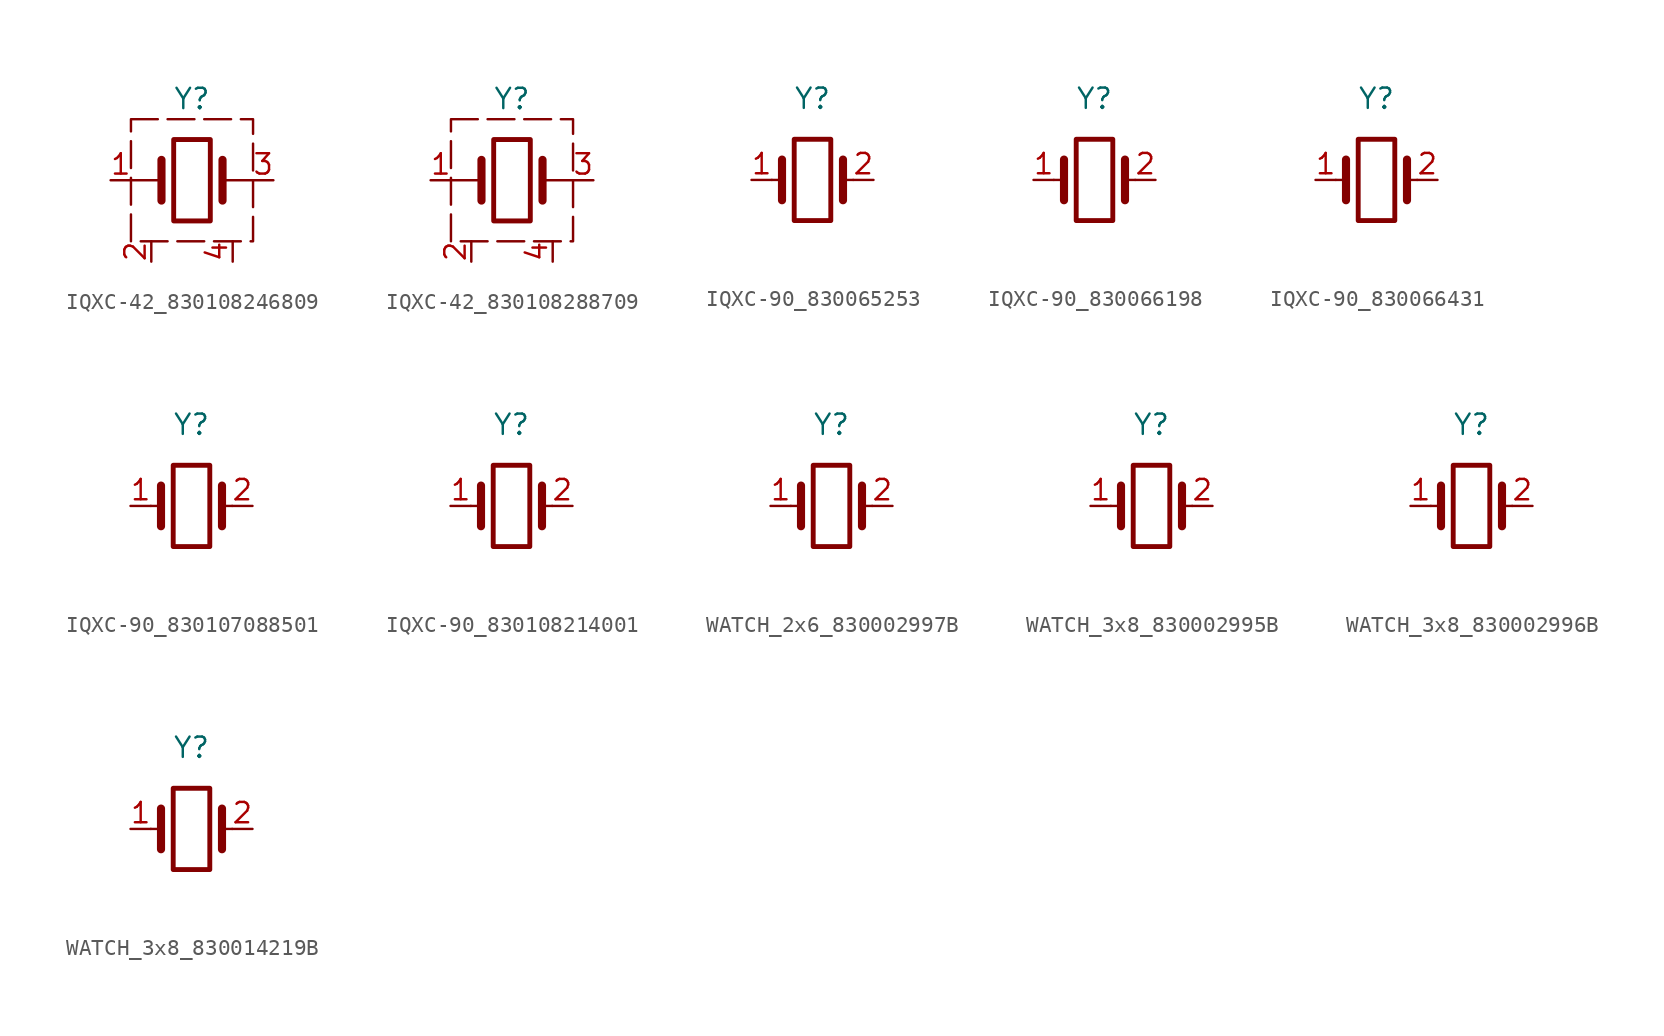
<source format=kicad_sym>
(kicad_symbol_lib
  (version 20220914)
  (generator kicad_symbol_editor)
  (symbol "IQXC-42_830108246809"
    (pin_names hide)
    (property "Reference" "Y"
      (at 0 5.08 0)
      (effects (font (size 1.27 1.27))))
    (property "Critical Parameter" ""
      (at 0 -5.08 0)
      (effects (font (size 1.27 1.27)) (justify left)))
    (symbol "IQXC-42_830108246809_0_1"
      (rectangle (start -1.143 2.54) (end 1.143 -2.54) (stroke (width 0.305) (type default)) (fill (type none)))
      (polyline (pts (xy -3.81 0) (xy -1.905 0)) (stroke (width 0) (type default)) (fill (type none)))
      (polyline (pts (xy -1.905 -1.27) (xy -1.905 1.27)) (stroke (width 0.508) (type default)) (fill (type none)))
      (polyline (pts (xy 1.905 -1.27) (xy 1.905 1.27)) (stroke (width 0.508) (type default)) (fill (type none)))
      (polyline (pts (xy 3.81 0) (xy 1.905 0)) (stroke (width 0) (type default)) (fill (type none))))
    (symbol "IQXC-42_830108246809_1_1"
      (rectangle (start -3.81 3.81) (end 3.81 -3.81) (stroke (width 0) (type dash)) (fill (type none)))
      (pin passive line (at -5.08 0 0) (length 1.27) (name "1" (effects (font (size 1.27 1.27)))) (number "1" (effects (font (size 1.27 1.27)))))
      (pin passive line (at -2.54 -5.08 90) (length 1.27) (name "GND" (effects (font (size 1.27 1.27)))) (number "2" (effects (font (size 1.27 1.27)))))
      (pin passive line (at 5.08 0 180) (length 1.27) (name "3" (effects (font (size 1.27 1.27)))) (number "3" (effects (font (size 1.27 1.27)))))
      (pin passive line (at 2.54 -5.08 90) (length 1.27) (name "GND1" (effects (font (size 1.27 1.27)))) (number "4" (effects (font (size 1.27 1.27)))))))
  (symbol "IQXC-42_830108288709"
    (pin_names hide)
    (property "Reference" "Y"
      (at 0 5.08 0)
      (effects (font (size 1.27 1.27))))
    (property "Critical Parameter" ""
      (at 0 -5.08 0)
      (effects (font (size 1.27 1.27)) (justify left)))
    (symbol "IQXC-42_830108288709_0_1"
      (rectangle (start -1.143 2.54) (end 1.143 -2.54) (stroke (width 0.305) (type default)) (fill (type none)))
      (polyline (pts (xy -3.81 0) (xy -1.905 0)) (stroke (width 0) (type default)) (fill (type none)))
      (polyline (pts (xy -1.905 -1.27) (xy -1.905 1.27)) (stroke (width 0.508) (type default)) (fill (type none)))
      (polyline (pts (xy 1.905 -1.27) (xy 1.905 1.27)) (stroke (width 0.508) (type default)) (fill (type none)))
      (polyline (pts (xy 3.81 0) (xy 1.905 0)) (stroke (width 0) (type default)) (fill (type none))))
    (symbol "IQXC-42_830108288709_1_1"
      (rectangle (start -3.81 3.81) (end 3.81 -3.81) (stroke (width 0) (type dash)) (fill (type none)))
      (pin passive line (at -5.08 0 0) (length 1.27) (name "1" (effects (font (size 1.27 1.27)))) (number "1" (effects (font (size 1.27 1.27)))))
      (pin passive line (at -2.54 -5.08 90) (length 1.27) (name "GND" (effects (font (size 1.27 1.27)))) (number "2" (effects (font (size 1.27 1.27)))))
      (pin passive line (at 5.08 0 180) (length 1.27) (name "3" (effects (font (size 1.27 1.27)))) (number "3" (effects (font (size 1.27 1.27)))))
      (pin passive line (at 2.54 -5.08 90) (length 1.27) (name "GND1" (effects (font (size 1.27 1.27)))) (number "4" (effects (font (size 1.27 1.27)))))))
  (symbol "IQXC-90_830065253"
    (pin_names hide)
    (property "Reference" "Y"
      (at 0 5.08 0)
      (effects (font (size 1.27 1.27))))
    (property "Critical Parameter" ""
      (at 0 -5.08 0)
      (effects (font (size 1.27 1.27)) (justify left)))
    (symbol "IQXC-90_830065253_0_1"
      (rectangle (start -1.143 2.54) (end 1.143 -2.54) (stroke (width 0.305) (type default)) (fill (type none)))
      (polyline (pts (xy -2.54 0) (xy -1.905 0)) (stroke (width 0) (type default)) (fill (type none)))
      (polyline (pts (xy -1.905 -1.27) (xy -1.905 1.27)) (stroke (width 0.508) (type default)) (fill (type none)))
      (polyline (pts (xy 1.905 -1.27) (xy 1.905 1.27)) (stroke (width 0.508) (type default)) (fill (type none)))
      (polyline (pts (xy 2.54 0) (xy 1.905 0)) (stroke (width 0) (type default)) (fill (type none))))
    (symbol "IQXC-90_830065253_1_1"
      (pin passive line (at -3.81 0 0) (length 1.27) (name "1" (effects (font (size 1.27 1.27)))) (number "1" (effects (font (size 1.27 1.27)))))
      (pin passive line (at 3.81 0 180) (length 1.27) (name "2" (effects (font (size 1.27 1.27)))) (number "2" (effects (font (size 1.27 1.27)))))))
  (symbol "IQXC-90_830066198"
    (pin_names hide)
    (property "Reference" "Y"
      (at 0 5.08 0)
      (effects (font (size 1.27 1.27))))
    (property "Critical Parameter" ""
      (at 0 -5.08 0)
      (effects (font (size 1.27 1.27)) (justify left)))
    (symbol "IQXC-90_830066198_0_1"
      (rectangle (start -1.143 2.54) (end 1.143 -2.54) (stroke (width 0.305) (type default)) (fill (type none)))
      (polyline (pts (xy -2.54 0) (xy -1.905 0)) (stroke (width 0) (type default)) (fill (type none)))
      (polyline (pts (xy -1.905 -1.27) (xy -1.905 1.27)) (stroke (width 0.508) (type default)) (fill (type none)))
      (polyline (pts (xy 1.905 -1.27) (xy 1.905 1.27)) (stroke (width 0.508) (type default)) (fill (type none)))
      (polyline (pts (xy 2.54 0) (xy 1.905 0)) (stroke (width 0) (type default)) (fill (type none))))
    (symbol "IQXC-90_830066198_1_1"
      (pin passive line (at -3.81 0 0) (length 1.27) (name "1" (effects (font (size 1.27 1.27)))) (number "1" (effects (font (size 1.27 1.27)))))
      (pin passive line (at 3.81 0 180) (length 1.27) (name "2" (effects (font (size 1.27 1.27)))) (number "2" (effects (font (size 1.27 1.27)))))))
  (symbol "IQXC-90_830066431"
    (pin_names hide)
    (property "Reference" "Y"
      (at 0 5.08 0)
      (effects (font (size 1.27 1.27))))
    (property "Critical Parameter" ""
      (at 0 -5.08 0)
      (effects (font (size 1.27 1.27)) (justify left)))
    (symbol "IQXC-90_830066431_0_1"
      (rectangle (start -1.143 2.54) (end 1.143 -2.54) (stroke (width 0.305) (type default)) (fill (type none)))
      (polyline (pts (xy -2.54 0) (xy -1.905 0)) (stroke (width 0) (type default)) (fill (type none)))
      (polyline (pts (xy -1.905 -1.27) (xy -1.905 1.27)) (stroke (width 0.508) (type default)) (fill (type none)))
      (polyline (pts (xy 1.905 -1.27) (xy 1.905 1.27)) (stroke (width 0.508) (type default)) (fill (type none)))
      (polyline (pts (xy 2.54 0) (xy 1.905 0)) (stroke (width 0) (type default)) (fill (type none))))
    (symbol "IQXC-90_830066431_1_1"
      (pin passive line (at -3.81 0 0) (length 1.27) (name "1" (effects (font (size 1.27 1.27)))) (number "1" (effects (font (size 1.27 1.27)))))
      (pin passive line (at 3.81 0 180) (length 1.27) (name "2" (effects (font (size 1.27 1.27)))) (number "2" (effects (font (size 1.27 1.27)))))))
  (symbol "IQXC-90_830107088501"
    (pin_names hide)
    (property "Reference" "Y"
      (at 0 5.08 0)
      (effects (font (size 1.27 1.27))))
    (property "Critical Parameter" ""
      (at 0 -5.08 0)
      (effects (font (size 1.27 1.27)) (justify left)))
    (symbol "IQXC-90_830107088501_0_1"
      (rectangle (start -1.143 2.54) (end 1.143 -2.54) (stroke (width 0.305) (type default)) (fill (type none)))
      (polyline (pts (xy -2.54 0) (xy -1.905 0)) (stroke (width 0) (type default)) (fill (type none)))
      (polyline (pts (xy -1.905 -1.27) (xy -1.905 1.27)) (stroke (width 0.508) (type default)) (fill (type none)))
      (polyline (pts (xy 1.905 -1.27) (xy 1.905 1.27)) (stroke (width 0.508) (type default)) (fill (type none)))
      (polyline (pts (xy 2.54 0) (xy 1.905 0)) (stroke (width 0) (type default)) (fill (type none))))
    (symbol "IQXC-90_830107088501_1_1"
      (pin passive line (at -3.81 0 0) (length 1.27) (name "1" (effects (font (size 1.27 1.27)))) (number "1" (effects (font (size 1.27 1.27)))))
      (pin passive line (at 3.81 0 180) (length 1.27) (name "2" (effects (font (size 1.27 1.27)))) (number "2" (effects (font (size 1.27 1.27)))))))
  (symbol "IQXC-90_830108214001"
    (pin_names hide)
    (property "Reference" "Y"
      (at 0 5.08 0)
      (effects (font (size 1.27 1.27))))
    (property "Critical Parameter" ""
      (at 0 -5.08 0)
      (effects (font (size 1.27 1.27)) (justify left)))
    (symbol "IQXC-90_830108214001_0_1"
      (rectangle (start -1.143 2.54) (end 1.143 -2.54) (stroke (width 0.305) (type default)) (fill (type none)))
      (polyline (pts (xy -2.54 0) (xy -1.905 0)) (stroke (width 0) (type default)) (fill (type none)))
      (polyline (pts (xy -1.905 -1.27) (xy -1.905 1.27)) (stroke (width 0.508) (type default)) (fill (type none)))
      (polyline (pts (xy 1.905 -1.27) (xy 1.905 1.27)) (stroke (width 0.508) (type default)) (fill (type none)))
      (polyline (pts (xy 2.54 0) (xy 1.905 0)) (stroke (width 0) (type default)) (fill (type none))))
    (symbol "IQXC-90_830108214001_1_1"
      (pin passive line (at -3.81 0 0) (length 1.27) (name "1" (effects (font (size 1.27 1.27)))) (number "1" (effects (font (size 1.27 1.27)))))
      (pin passive line (at 3.81 0 180) (length 1.27) (name "2" (effects (font (size 1.27 1.27)))) (number "2" (effects (font (size 1.27 1.27)))))))
  (symbol "WATCH_2x6_830002997B"
    (pin_names hide)
    (property "Reference" "Y"
      (at 0 5.08 0)
      (effects (font (size 1.27 1.27))))
    (property "Critical Parameter" ""
      (at 0 -5.08 0)
      (effects (font (size 1.27 1.27)) (justify left)))
    (symbol "WATCH_2x6_830002997B_0_1"
      (rectangle (start -1.143 2.54) (end 1.143 -2.54) (stroke (width 0.305) (type default)) (fill (type none)))
      (polyline (pts (xy -2.54 0) (xy -1.905 0)) (stroke (width 0) (type default)) (fill (type none)))
      (polyline (pts (xy -1.905 -1.27) (xy -1.905 1.27)) (stroke (width 0.508) (type default)) (fill (type none)))
      (polyline (pts (xy 1.905 -1.27) (xy 1.905 1.27)) (stroke (width 0.508) (type default)) (fill (type none)))
      (polyline (pts (xy 2.54 0) (xy 1.905 0)) (stroke (width 0) (type default)) (fill (type none))))
    (symbol "WATCH_2x6_830002997B_1_1"
      (pin passive line (at -3.81 0 0) (length 1.27) (name "1" (effects (font (size 1.27 1.27)))) (number "1" (effects (font (size 1.27 1.27)))))
      (pin passive line (at 3.81 0 180) (length 1.27) (name "2" (effects (font (size 1.27 1.27)))) (number "2" (effects (font (size 1.27 1.27)))))))
  (symbol "WATCH_3x8_830002995B"
    (pin_names hide)
    (property "Reference" "Y"
      (at 0 5.08 0)
      (effects (font (size 1.27 1.27))))
    (property "Critical Parameter" ""
      (at 0 -5.08 0)
      (effects (font (size 1.27 1.27)) (justify left)))
    (symbol "WATCH_3x8_830002995B_0_1"
      (rectangle (start -1.143 2.54) (end 1.143 -2.54) (stroke (width 0.305) (type default)) (fill (type none)))
      (polyline (pts (xy -2.54 0) (xy -1.905 0)) (stroke (width 0) (type default)) (fill (type none)))
      (polyline (pts (xy -1.905 -1.27) (xy -1.905 1.27)) (stroke (width 0.508) (type default)) (fill (type none)))
      (polyline (pts (xy 1.905 -1.27) (xy 1.905 1.27)) (stroke (width 0.508) (type default)) (fill (type none)))
      (polyline (pts (xy 2.54 0) (xy 1.905 0)) (stroke (width 0) (type default)) (fill (type none))))
    (symbol "WATCH_3x8_830002995B_1_1"
      (pin passive line (at -3.81 0 0) (length 1.27) (name "1" (effects (font (size 1.27 1.27)))) (number "1" (effects (font (size 1.27 1.27)))))
      (pin passive line (at 3.81 0 180) (length 1.27) (name "2" (effects (font (size 1.27 1.27)))) (number "2" (effects (font (size 1.27 1.27)))))))
  (symbol "WATCH_3x8_830002996B"
    (pin_names hide)
    (property "Reference" "Y"
      (at 0 5.08 0)
      (effects (font (size 1.27 1.27))))
    (property "Critical Parameter" ""
      (at 0 -5.08 0)
      (effects (font (size 1.27 1.27)) (justify left)))
    (symbol "WATCH_3x8_830002996B_0_1"
      (rectangle (start -1.143 2.54) (end 1.143 -2.54) (stroke (width 0.305) (type default)) (fill (type none)))
      (polyline (pts (xy -2.54 0) (xy -1.905 0)) (stroke (width 0) (type default)) (fill (type none)))
      (polyline (pts (xy -1.905 -1.27) (xy -1.905 1.27)) (stroke (width 0.508) (type default)) (fill (type none)))
      (polyline (pts (xy 1.905 -1.27) (xy 1.905 1.27)) (stroke (width 0.508) (type default)) (fill (type none)))
      (polyline (pts (xy 2.54 0) (xy 1.905 0)) (stroke (width 0) (type default)) (fill (type none))))
    (symbol "WATCH_3x8_830002996B_1_1"
      (pin passive line (at -3.81 0 0) (length 1.27) (name "1" (effects (font (size 1.27 1.27)))) (number "1" (effects (font (size 1.27 1.27)))))
      (pin passive line (at 3.81 0 180) (length 1.27) (name "2" (effects (font (size 1.27 1.27)))) (number "2" (effects (font (size 1.27 1.27)))))))
  (symbol "WATCH_3x8_830014219B"
    (pin_names hide)
    (property "Reference" "Y"
      (at 0 5.08 0)
      (effects (font (size 1.27 1.27))))
    (property "Critical Parameter" ""
      (at 0 -5.08 0)
      (effects (font (size 1.27 1.27)) (justify left)))
    (symbol "WATCH_3x8_830014219B_0_1"
      (rectangle (start -1.143 2.54) (end 1.143 -2.54) (stroke (width 0.305) (type default)) (fill (type none)))
      (polyline (pts (xy -2.54 0) (xy -1.905 0)) (stroke (width 0) (type default)) (fill (type none)))
      (polyline (pts (xy -1.905 -1.27) (xy -1.905 1.27)) (stroke (width 0.508) (type default)) (fill (type none)))
      (polyline (pts (xy 1.905 -1.27) (xy 1.905 1.27)) (stroke (width 0.508) (type default)) (fill (type none)))
      (polyline (pts (xy 2.54 0) (xy 1.905 0)) (stroke (width 0) (type default)) (fill (type none))))
    (symbol "WATCH_3x8_830014219B_1_1"
      (pin passive line (at -3.81 0 0) (length 1.27) (name "1" (effects (font (size 1.27 1.27)))) (number "1" (effects (font (size 1.27 1.27)))))
      (pin passive line (at 3.81 0 180) (length 1.27) (name "2" (effects (font (size 1.27 1.27)))) (number "2" (effects (font (size 1.27 1.27))))))))
</source>
